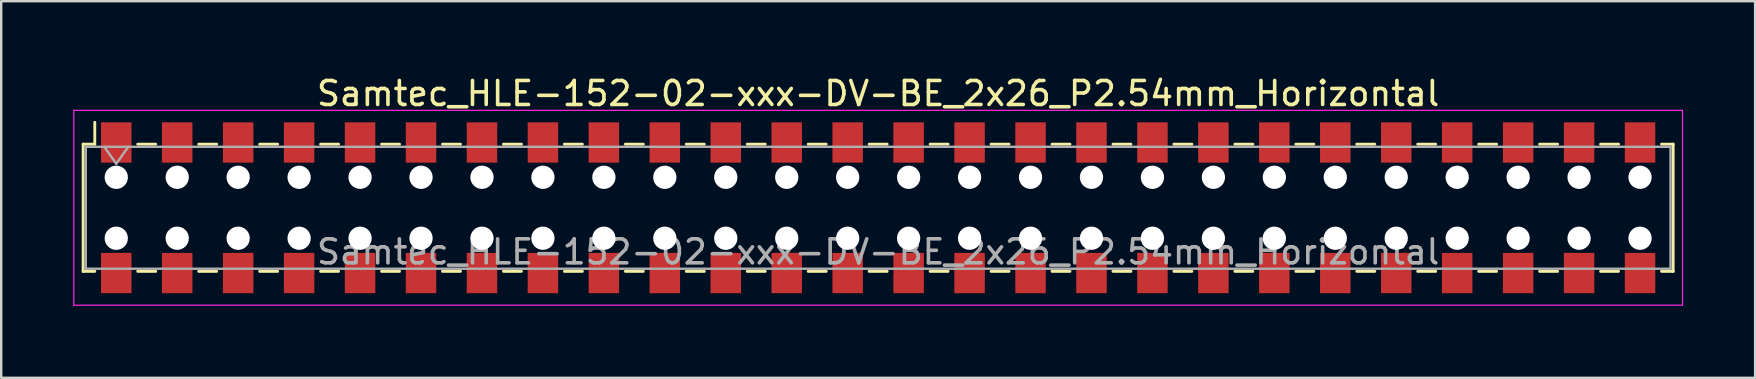
<source format=kicad_pcb>
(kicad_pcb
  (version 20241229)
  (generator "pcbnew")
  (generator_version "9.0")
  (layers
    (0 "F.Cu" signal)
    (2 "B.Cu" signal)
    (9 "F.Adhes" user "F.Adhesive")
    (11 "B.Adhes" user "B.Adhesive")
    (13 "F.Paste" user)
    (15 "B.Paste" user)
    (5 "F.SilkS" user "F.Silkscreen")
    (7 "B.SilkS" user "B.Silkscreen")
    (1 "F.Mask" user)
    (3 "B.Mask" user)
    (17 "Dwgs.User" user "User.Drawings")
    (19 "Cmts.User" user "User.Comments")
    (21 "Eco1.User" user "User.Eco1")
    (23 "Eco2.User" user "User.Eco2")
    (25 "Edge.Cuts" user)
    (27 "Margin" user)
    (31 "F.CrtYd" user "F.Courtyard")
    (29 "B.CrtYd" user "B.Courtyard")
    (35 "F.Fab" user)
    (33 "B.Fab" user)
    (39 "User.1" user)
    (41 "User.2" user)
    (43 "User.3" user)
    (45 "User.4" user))
  (footprint "Samtec_HLE-152-02-xxx-DV-BE_2x26_P2.54mm_Horizontal"
    (layer "F.Cu")
    (at 33.545 5.608)
    (property "Reference" "Samtec_HLE-152-02-xxx-DV-BE_2x26_P2.54mm_Horizontal" (at 0 -4.76 0) (layer "F.SilkS") (effects (font (size 1 1) (thickness 0.15))))
    (attr smd)
    (fp_line (start -33.13 -2.65) (end -33.13 2.65) (stroke (width 0.12) (type solid)) (layer "F.SilkS"))
    (fp_line (start -33.13 2.65) (end -32.645 2.65) (stroke (width 0.12) (type solid)) (layer "F.SilkS"))
    (fp_line (start -32.645 -3.56) (end -32.645 -2.65) (stroke (width 0.12) (type solid)) (layer "F.SilkS"))
    (fp_line (start -32.645 -2.65) (end -33.13 -2.65) (stroke (width 0.12) (type solid)) (layer "F.SilkS"))
    (fp_line (start -30.855 -2.65) (end -30.105 -2.65) (stroke (width 0.12) (type solid)) (layer "F.SilkS"))
    (fp_line (start -30.855 2.65) (end -30.105 2.65) (stroke (width 0.12) (type solid)) (layer "F.SilkS"))
    (fp_line (start -28.315 -2.65) (end -27.565 -2.65) (stroke (width 0.12) (type solid)) (layer "F.SilkS"))
    (fp_line (start -28.315 2.65) (end -27.565 2.65) (stroke (width 0.12) (type solid)) (layer "F.SilkS"))
    (fp_line (start -25.775 -2.65) (end -25.025 -2.65) (stroke (width 0.12) (type solid)) (layer "F.SilkS"))
    (fp_line (start -25.775 2.65) (end -25.025 2.65) (stroke (width 0.12) (type solid)) (layer "F.SilkS"))
    (fp_line (start -23.235 -2.65) (end -22.485 -2.65) (stroke (width 0.12) (type solid)) (layer "F.SilkS"))
    (fp_line (start -23.235 2.65) (end -22.485 2.65) (stroke (width 0.12) (type solid)) (layer "F.SilkS"))
    (fp_line (start -20.695 -2.65) (end -19.945 -2.65) (stroke (width 0.12) (type solid)) (layer "F.SilkS"))
    (fp_line (start -20.695 2.65) (end -19.945 2.65) (stroke (width 0.12) (type solid)) (layer "F.SilkS"))
    (fp_line (start -18.155 -2.65) (end -17.405 -2.65) (stroke (width 0.12) (type solid)) (layer "F.SilkS"))
    (fp_line (start -18.155 2.65) (end -17.405 2.65) (stroke (width 0.12) (type solid)) (layer "F.SilkS"))
    (fp_line (start -15.615 -2.65) (end -14.865 -2.65) (stroke (width 0.12) (type solid)) (layer "F.SilkS"))
    (fp_line (start -15.615 2.65) (end -14.865 2.65) (stroke (width 0.12) (type solid)) (layer "F.SilkS"))
    (fp_line (start -13.075 -2.65) (end -12.325 -2.65) (stroke (width 0.12) (type solid)) (layer "F.SilkS"))
    (fp_line (start -13.075 2.65) (end -12.325 2.65) (stroke (width 0.12) (type solid)) (layer "F.SilkS"))
    (fp_line (start -10.535 -2.65) (end -9.785 -2.65) (stroke (width 0.12) (type solid)) (layer "F.SilkS"))
    (fp_line (start -10.535 2.65) (end -9.785 2.65) (stroke (width 0.12) (type solid)) (layer "F.SilkS"))
    (fp_line (start -7.995 -2.65) (end -7.245 -2.65) (stroke (width 0.12) (type solid)) (layer "F.SilkS"))
    (fp_line (start -7.995 2.65) (end -7.245 2.65) (stroke (width 0.12) (type solid)) (layer "F.SilkS"))
    (fp_line (start -5.455 -2.65) (end -4.705 -2.65) (stroke (width 0.12) (type solid)) (layer "F.SilkS"))
    (fp_line (start -5.455 2.65) (end -4.705 2.65) (stroke (width 0.12) (type solid)) (layer "F.SilkS"))
    (fp_line (start -2.915 -2.65) (end -2.165 -2.65) (stroke (width 0.12) (type solid)) (layer "F.SilkS"))
    (fp_line (start -2.915 2.65) (end -2.165 2.65) (stroke (width 0.12) (type solid)) (layer "F.SilkS"))
    (fp_line (start -0.375 -2.65) (end 0.375 -2.65) (stroke (width 0.12) (type solid)) (layer "F.SilkS"))
    (fp_line (start -0.375 2.65) (end 0.375 2.65) (stroke (width 0.12) (type solid)) (layer "F.SilkS"))
    (fp_line (start 2.165 -2.65) (end 2.915 -2.65) (stroke (width 0.12) (type solid)) (layer "F.SilkS"))
    (fp_line (start 2.165 2.65) (end 2.915 2.65) (stroke (width 0.12) (type solid)) (layer "F.SilkS"))
    (fp_line (start 4.705 -2.65) (end 5.455 -2.65) (stroke (width 0.12) (type solid)) (layer "F.SilkS"))
    (fp_line (start 4.705 2.65) (end 5.455 2.65) (stroke (width 0.12) (type solid)) (layer "F.SilkS"))
    (fp_line (start 7.245 -2.65) (end 7.995 -2.65) (stroke (width 0.12) (type solid)) (layer "F.SilkS"))
    (fp_line (start 7.245 2.65) (end 7.995 2.65) (stroke (width 0.12) (type solid)) (layer "F.SilkS"))
    (fp_line (start 9.785 -2.65) (end 10.535 -2.65) (stroke (width 0.12) (type solid)) (layer "F.SilkS"))
    (fp_line (start 9.785 2.65) (end 10.535 2.65) (stroke (width 0.12) (type solid)) (layer "F.SilkS"))
    (fp_line (start 12.325 -2.65) (end 13.075 -2.65) (stroke (width 0.12) (type solid)) (layer "F.SilkS"))
    (fp_line (start 12.325 2.65) (end 13.075 2.65) (stroke (width 0.12) (type solid)) (layer "F.SilkS"))
    (fp_line (start 14.865 -2.65) (end 15.615 -2.65) (stroke (width 0.12) (type solid)) (layer "F.SilkS"))
    (fp_line (start 14.865 2.65) (end 15.615 2.65) (stroke (width 0.12) (type solid)) (layer "F.SilkS"))
    (fp_line (start 17.405 -2.65) (end 18.155 -2.65) (stroke (width 0.12) (type solid)) (layer "F.SilkS"))
    (fp_line (start 17.405 2.65) (end 18.155 2.65) (stroke (width 0.12) (type solid)) (layer "F.SilkS"))
    (fp_line (start 19.945 -2.65) (end 20.695 -2.65) (stroke (width 0.12) (type solid)) (layer "F.SilkS"))
    (fp_line (start 19.945 2.65) (end 20.695 2.65) (stroke (width 0.12) (type solid)) (layer "F.SilkS"))
    (fp_line (start 22.485 -2.65) (end 23.235 -2.65) (stroke (width 0.12) (type solid)) (layer "F.SilkS"))
    (fp_line (start 22.485 2.65) (end 23.235 2.65) (stroke (width 0.12) (type solid)) (layer "F.SilkS"))
    (fp_line (start 25.025 -2.65) (end 25.775 -2.65) (stroke (width 0.12) (type solid)) (layer "F.SilkS"))
    (fp_line (start 25.025 2.65) (end 25.775 2.65) (stroke (width 0.12) (type solid)) (layer "F.SilkS"))
    (fp_line (start 27.565 -2.65) (end 28.315 -2.65) (stroke (width 0.12) (type solid)) (layer "F.SilkS"))
    (fp_line (start 27.565 2.65) (end 28.315 2.65) (stroke (width 0.12) (type solid)) (layer "F.SilkS"))
    (fp_line (start 30.105 -2.65) (end 30.855 -2.65) (stroke (width 0.12) (type solid)) (layer "F.SilkS"))
    (fp_line (start 30.105 2.65) (end 30.855 2.65) (stroke (width 0.12) (type solid)) (layer "F.SilkS"))
    (fp_line (start 32.645 -2.65) (end 33.13 -2.65) (stroke (width 0.12) (type solid)) (layer "F.SilkS"))
    (fp_line (start 33.13 -2.65) (end 33.13 2.65) (stroke (width 0.12) (type solid)) (layer "F.SilkS"))
    (fp_line (start 33.13 2.65) (end 32.645 2.65) (stroke (width 0.12) (type solid)) (layer "F.SilkS"))
    (fp_line (start -33.52 -4.06) (end 33.52 -4.06) (stroke (width 0.05) (type solid)) (layer "F.CrtYd"))
    (fp_line (start -33.52 4.06) (end -33.52 -4.06) (stroke (width 0.05) (type solid)) (layer "F.CrtYd"))
    (fp_line (start 33.52 -4.06) (end 33.52 4.06) (stroke (width 0.05) (type solid)) (layer "F.CrtYd"))
    (fp_line (start 33.52 4.06) (end -33.52 4.06) (stroke (width 0.05) (type solid)) (layer "F.CrtYd"))
    (fp_line (start -33.02 -2.54) (end 33.02 -2.54) (stroke (width 0.1) (type solid)) (layer "F.Fab"))
    (fp_line (start -33.02 2.54) (end -33.02 -2.54) (stroke (width 0.1) (type solid)) (layer "F.Fab"))
    (fp_line (start -32.25 -2.54) (end -31.75 -1.833) (stroke (width 0.1) (type solid)) (layer "F.Fab"))
    (fp_line (start -31.75 -1.833) (end -31.25 -2.54) (stroke (width 0.1) (type solid)) (layer "F.Fab"))
    (fp_line (start 33.02 -2.54) (end 33.02 2.54) (stroke (width 0.1) (type solid)) (layer "F.Fab"))
    (fp_line (start 33.02 2.54) (end -33.02 2.54) (stroke (width 0.1) (type solid)) (layer "F.Fab"))
    (fp_text user "${REFERENCE}" (at 0 1.84 0) (layer "F.Fab") (effects (font (size 1 1) (thickness 0.15))))
    (pad "" np_thru_hole circle (at -31.75 -1.27) (size 0.97 0.97) (drill 0.97) (layers "*.Cu" "*.Mask"))
    (pad "" np_thru_hole circle (at -31.75 1.27) (size 0.97 0.97) (drill 0.97) (layers "*.Cu" "*.Mask"))
    (pad "" np_thru_hole circle (at -29.21 -1.27) (size 0.97 0.97) (drill 0.97) (layers "*.Cu" "*.Mask"))
    (pad "" np_thru_hole circle (at -29.21 1.27) (size 0.97 0.97) (drill 0.97) (layers "*.Cu" "*.Mask"))
    (pad "" np_thru_hole circle (at -26.67 -1.27) (size 0.97 0.97) (drill 0.97) (layers "*.Cu" "*.Mask"))
    (pad "" np_thru_hole circle (at -26.67 1.27) (size 0.97 0.97) (drill 0.97) (layers "*.Cu" "*.Mask"))
    (pad "" np_thru_hole circle (at -24.13 -1.27) (size 0.97 0.97) (drill 0.97) (layers "*.Cu" "*.Mask"))
    (pad "" np_thru_hole circle (at -24.13 1.27) (size 0.97 0.97) (drill 0.97) (layers "*.Cu" "*.Mask"))
    (pad "" np_thru_hole circle (at -21.59 -1.27) (size 0.97 0.97) (drill 0.97) (layers "*.Cu" "*.Mask"))
    (pad "" np_thru_hole circle (at -21.59 1.27) (size 0.97 0.97) (drill 0.97) (layers "*.Cu" "*.Mask"))
    (pad "" np_thru_hole circle (at -19.05 -1.27) (size 0.97 0.97) (drill 0.97) (layers "*.Cu" "*.Mask"))
    (pad "" np_thru_hole circle (at -19.05 1.27) (size 0.97 0.97) (drill 0.97) (layers "*.Cu" "*.Mask"))
    (pad "" np_thru_hole circle (at -16.51 -1.27) (size 0.97 0.97) (drill 0.97) (layers "*.Cu" "*.Mask"))
    (pad "" np_thru_hole circle (at -16.51 1.27) (size 0.97 0.97) (drill 0.97) (layers "*.Cu" "*.Mask"))
    (pad "" np_thru_hole circle (at -13.97 -1.27) (size 0.97 0.97) (drill 0.97) (layers "*.Cu" "*.Mask"))
    (pad "" np_thru_hole circle (at -13.97 1.27) (size 0.97 0.97) (drill 0.97) (layers "*.Cu" "*.Mask"))
    (pad "" np_thru_hole circle (at -11.43 -1.27) (size 0.97 0.97) (drill 0.97) (layers "*.Cu" "*.Mask"))
    (pad "" np_thru_hole circle (at -11.43 1.27) (size 0.97 0.97) (drill 0.97) (layers "*.Cu" "*.Mask"))
    (pad "" np_thru_hole circle (at -8.89 -1.27) (size 0.97 0.97) (drill 0.97) (layers "*.Cu" "*.Mask"))
    (pad "" np_thru_hole circle (at -8.89 1.27) (size 0.97 0.97) (drill 0.97) (layers "*.Cu" "*.Mask"))
    (pad "" np_thru_hole circle (at -6.35 -1.27) (size 0.97 0.97) (drill 0.97) (layers "*.Cu" "*.Mask"))
    (pad "" np_thru_hole circle (at -6.35 1.27) (size 0.97 0.97) (drill 0.97) (layers "*.Cu" "*.Mask"))
    (pad "" np_thru_hole circle (at -3.81 -1.27) (size 0.97 0.97) (drill 0.97) (layers "*.Cu" "*.Mask"))
    (pad "" np_thru_hole circle (at -3.81 1.27) (size 0.97 0.97) (drill 0.97) (layers "*.Cu" "*.Mask"))
    (pad "" np_thru_hole circle (at -1.27 -1.27) (size 0.97 0.97) (drill 0.97) (layers "*.Cu" "*.Mask"))
    (pad "" np_thru_hole circle (at -1.27 1.27) (size 0.97 0.97) (drill 0.97) (layers "*.Cu" "*.Mask"))
    (pad "" np_thru_hole circle (at 1.27 -1.27) (size 0.97 0.97) (drill 0.97) (layers "*.Cu" "*.Mask"))
    (pad "" np_thru_hole circle (at 1.27 1.27) (size 0.97 0.97) (drill 0.97) (layers "*.Cu" "*.Mask"))
    (pad "" np_thru_hole circle (at 3.81 -1.27) (size 0.97 0.97) (drill 0.97) (layers "*.Cu" "*.Mask"))
    (pad "" np_thru_hole circle (at 3.81 1.27) (size 0.97 0.97) (drill 0.97) (layers "*.Cu" "*.Mask"))
    (pad "" np_thru_hole circle (at 6.35 -1.27) (size 0.97 0.97) (drill 0.97) (layers "*.Cu" "*.Mask"))
    (pad "" np_thru_hole circle (at 6.35 1.27) (size 0.97 0.97) (drill 0.97) (layers "*.Cu" "*.Mask"))
    (pad "" np_thru_hole circle (at 8.89 -1.27) (size 0.97 0.97) (drill 0.97) (layers "*.Cu" "*.Mask"))
    (pad "" np_thru_hole circle (at 8.89 1.27) (size 0.97 0.97) (drill 0.97) (layers "*.Cu" "*.Mask"))
    (pad "" np_thru_hole circle (at 11.43 -1.27) (size 0.97 0.97) (drill 0.97) (layers "*.Cu" "*.Mask"))
    (pad "" np_thru_hole circle (at 11.43 1.27) (size 0.97 0.97) (drill 0.97) (layers "*.Cu" "*.Mask"))
    (pad "" np_thru_hole circle (at 13.97 -1.27) (size 0.97 0.97) (drill 0.97) (layers "*.Cu" "*.Mask"))
    (pad "" np_thru_hole circle (at 13.97 1.27) (size 0.97 0.97) (drill 0.97) (layers "*.Cu" "*.Mask"))
    (pad "" np_thru_hole circle (at 16.51 -1.27) (size 0.97 0.97) (drill 0.97) (layers "*.Cu" "*.Mask"))
    (pad "" np_thru_hole circle (at 16.51 1.27) (size 0.97 0.97) (drill 0.97) (layers "*.Cu" "*.Mask"))
    (pad "" np_thru_hole circle (at 19.05 -1.27) (size 0.97 0.97) (drill 0.97) (layers "*.Cu" "*.Mask"))
    (pad "" np_thru_hole circle (at 19.05 1.27) (size 0.97 0.97) (drill 0.97) (layers "*.Cu" "*.Mask"))
    (pad "" np_thru_hole circle (at 21.59 -1.27) (size 0.97 0.97) (drill 0.97) (layers "*.Cu" "*.Mask"))
    (pad "" np_thru_hole circle (at 21.59 1.27) (size 0.97 0.97) (drill 0.97) (layers "*.Cu" "*.Mask"))
    (pad "" np_thru_hole circle (at 24.13 -1.27) (size 0.97 0.97) (drill 0.97) (layers "*.Cu" "*.Mask"))
    (pad "" np_thru_hole circle (at 24.13 1.27) (size 0.97 0.97) (drill 0.97) (layers "*.Cu" "*.Mask"))
    (pad "" np_thru_hole circle (at 26.67 -1.27) (size 0.97 0.97) (drill 0.97) (layers "*.Cu" "*.Mask"))
    (pad "" np_thru_hole circle (at 26.67 1.27) (size 0.97 0.97) (drill 0.97) (layers "*.Cu" "*.Mask"))
    (pad "" np_thru_hole circle (at 29.21 -1.27) (size 0.97 0.97) (drill 0.97) (layers "*.Cu" "*.Mask"))
    (pad "" np_thru_hole circle (at 29.21 1.27) (size 0.97 0.97) (drill 0.97) (layers "*.Cu" "*.Mask"))
    (pad "" np_thru_hole circle (at 31.75 -1.27) (size 0.97 0.97) (drill 0.97) (layers "*.Cu" "*.Mask"))
    (pad "" np_thru_hole circle (at 31.75 1.27) (size 0.97 0.97) (drill 0.97) (layers "*.Cu" "*.Mask"))
    (pad "1" smd rect (at -31.75 -2.72) (size 1.27 1.68) (layers "F.Cu" "F.Mask" "F.Paste"))
    (pad "2" smd rect (at -31.75 2.72) (size 1.27 1.68) (layers "F.Cu" "F.Mask" "F.Paste"))
    (pad "3" smd rect (at -29.21 -2.72) (size 1.27 1.68) (layers "F.Cu" "F.Mask" "F.Paste"))
    (pad "4" smd rect (at -29.21 2.72) (size 1.27 1.68) (layers "F.Cu" "F.Mask" "F.Paste"))
    (pad "5" smd rect (at -26.67 -2.72) (size 1.27 1.68) (layers "F.Cu" "F.Mask" "F.Paste"))
    (pad "6" smd rect (at -26.67 2.72) (size 1.27 1.68) (layers "F.Cu" "F.Mask" "F.Paste"))
    (pad "7" smd rect (at -24.13 -2.72) (size 1.27 1.68) (layers "F.Cu" "F.Mask" "F.Paste"))
    (pad "8" smd rect (at -24.13 2.72) (size 1.27 1.68) (layers "F.Cu" "F.Mask" "F.Paste"))
    (pad "9" smd rect (at -21.59 -2.72) (size 1.27 1.68) (layers "F.Cu" "F.Mask" "F.Paste"))
    (pad "10" smd rect (at -21.59 2.72) (size 1.27 1.68) (layers "F.Cu" "F.Mask" "F.Paste"))
    (pad "11" smd rect (at -19.05 -2.72) (size 1.27 1.68) (layers "F.Cu" "F.Mask" "F.Paste"))
    (pad "12" smd rect (at -19.05 2.72) (size 1.27 1.68) (layers "F.Cu" "F.Mask" "F.Paste"))
    (pad "13" smd rect (at -16.51 -2.72) (size 1.27 1.68) (layers "F.Cu" "F.Mask" "F.Paste"))
    (pad "14" smd rect (at -16.51 2.72) (size 1.27 1.68) (layers "F.Cu" "F.Mask" "F.Paste"))
    (pad "15" smd rect (at -13.97 -2.72) (size 1.27 1.68) (layers "F.Cu" "F.Mask" "F.Paste"))
    (pad "16" smd rect (at -13.97 2.72) (size 1.27 1.68) (layers "F.Cu" "F.Mask" "F.Paste"))
    (pad "17" smd rect (at -11.43 -2.72) (size 1.27 1.68) (layers "F.Cu" "F.Mask" "F.Paste"))
    (pad "18" smd rect (at -11.43 2.72) (size 1.27 1.68) (layers "F.Cu" "F.Mask" "F.Paste"))
    (pad "19" smd rect (at -8.89 -2.72) (size 1.27 1.68) (layers "F.Cu" "F.Mask" "F.Paste"))
    (pad "20" smd rect (at -8.89 2.72) (size 1.27 1.68) (layers "F.Cu" "F.Mask" "F.Paste"))
    (pad "21" smd rect (at -6.35 -2.72) (size 1.27 1.68) (layers "F.Cu" "F.Mask" "F.Paste"))
    (pad "22" smd rect (at -6.35 2.72) (size 1.27 1.68) (layers "F.Cu" "F.Mask" "F.Paste"))
    (pad "23" smd rect (at -3.81 -2.72) (size 1.27 1.68) (layers "F.Cu" "F.Mask" "F.Paste"))
    (pad "24" smd rect (at -3.81 2.72) (size 1.27 1.68) (layers "F.Cu" "F.Mask" "F.Paste"))
    (pad "25" smd rect (at -1.27 -2.72) (size 1.27 1.68) (layers "F.Cu" "F.Mask" "F.Paste"))
    (pad "26" smd rect (at -1.27 2.72) (size 1.27 1.68) (layers "F.Cu" "F.Mask" "F.Paste"))
    (pad "27" smd rect (at 1.27 -2.72) (size 1.27 1.68) (layers "F.Cu" "F.Mask" "F.Paste"))
    (pad "28" smd rect (at 1.27 2.72) (size 1.27 1.68) (layers "F.Cu" "F.Mask" "F.Paste"))
    (pad "29" smd rect (at 3.81 -2.72) (size 1.27 1.68) (layers "F.Cu" "F.Mask" "F.Paste"))
    (pad "30" smd rect (at 3.81 2.72) (size 1.27 1.68) (layers "F.Cu" "F.Mask" "F.Paste"))
    (pad "31" smd rect (at 6.35 -2.72) (size 1.27 1.68) (layers "F.Cu" "F.Mask" "F.Paste"))
    (pad "32" smd rect (at 6.35 2.72) (size 1.27 1.68) (layers "F.Cu" "F.Mask" "F.Paste"))
    (pad "33" smd rect (at 8.89 -2.72) (size 1.27 1.68) (layers "F.Cu" "F.Mask" "F.Paste"))
    (pad "34" smd rect (at 8.89 2.72) (size 1.27 1.68) (layers "F.Cu" "F.Mask" "F.Paste"))
    (pad "35" smd rect (at 11.43 -2.72) (size 1.27 1.68) (layers "F.Cu" "F.Mask" "F.Paste"))
    (pad "36" smd rect (at 11.43 2.72) (size 1.27 1.68) (layers "F.Cu" "F.Mask" "F.Paste"))
    (pad "37" smd rect (at 13.97 -2.72) (size 1.27 1.68) (layers "F.Cu" "F.Mask" "F.Paste"))
    (pad "38" smd rect (at 13.97 2.72) (size 1.27 1.68) (layers "F.Cu" "F.Mask" "F.Paste"))
    (pad "39" smd rect (at 16.51 -2.72) (size 1.27 1.68) (layers "F.Cu" "F.Mask" "F.Paste"))
    (pad "40" smd rect (at 16.51 2.72) (size 1.27 1.68) (layers "F.Cu" "F.Mask" "F.Paste"))
    (pad "41" smd rect (at 19.05 -2.72) (size 1.27 1.68) (layers "F.Cu" "F.Mask" "F.Paste"))
    (pad "42" smd rect (at 19.05 2.72) (size 1.27 1.68) (layers "F.Cu" "F.Mask" "F.Paste"))
    (pad "43" smd rect (at 21.59 -2.72) (size 1.27 1.68) (layers "F.Cu" "F.Mask" "F.Paste"))
    (pad "44" smd rect (at 21.59 2.72) (size 1.27 1.68) (layers "F.Cu" "F.Mask" "F.Paste"))
    (pad "45" smd rect (at 24.13 -2.72) (size 1.27 1.68) (layers "F.Cu" "F.Mask" "F.Paste"))
    (pad "46" smd rect (at 24.13 2.72) (size 1.27 1.68) (layers "F.Cu" "F.Mask" "F.Paste"))
    (pad "47" smd rect (at 26.67 -2.72) (size 1.27 1.68) (layers "F.Cu" "F.Mask" "F.Paste"))
    (pad "48" smd rect (at 26.67 2.72) (size 1.27 1.68) (layers "F.Cu" "F.Mask" "F.Paste"))
    (pad "49" smd rect (at 29.21 -2.72) (size 1.27 1.68) (layers "F.Cu" "F.Mask" "F.Paste"))
    (pad "50" smd rect (at 29.21 2.72) (size 1.27 1.68) (layers "F.Cu" "F.Mask" "F.Paste"))
    (pad "51" smd rect (at 31.75 -2.72) (size 1.27 1.68) (layers "F.Cu" "F.Mask" "F.Paste"))
    (pad "52" smd rect (at 31.75 2.72) (size 1.27 1.68) (layers "F.Cu" "F.Mask" "F.Paste")))
  (gr_rect
    (start -3 -3)
    (end 70.09 12.693)
    (stroke (width 0.1) (type default))
    (fill no)
    (layer "Edge.Cuts")))
</source>
